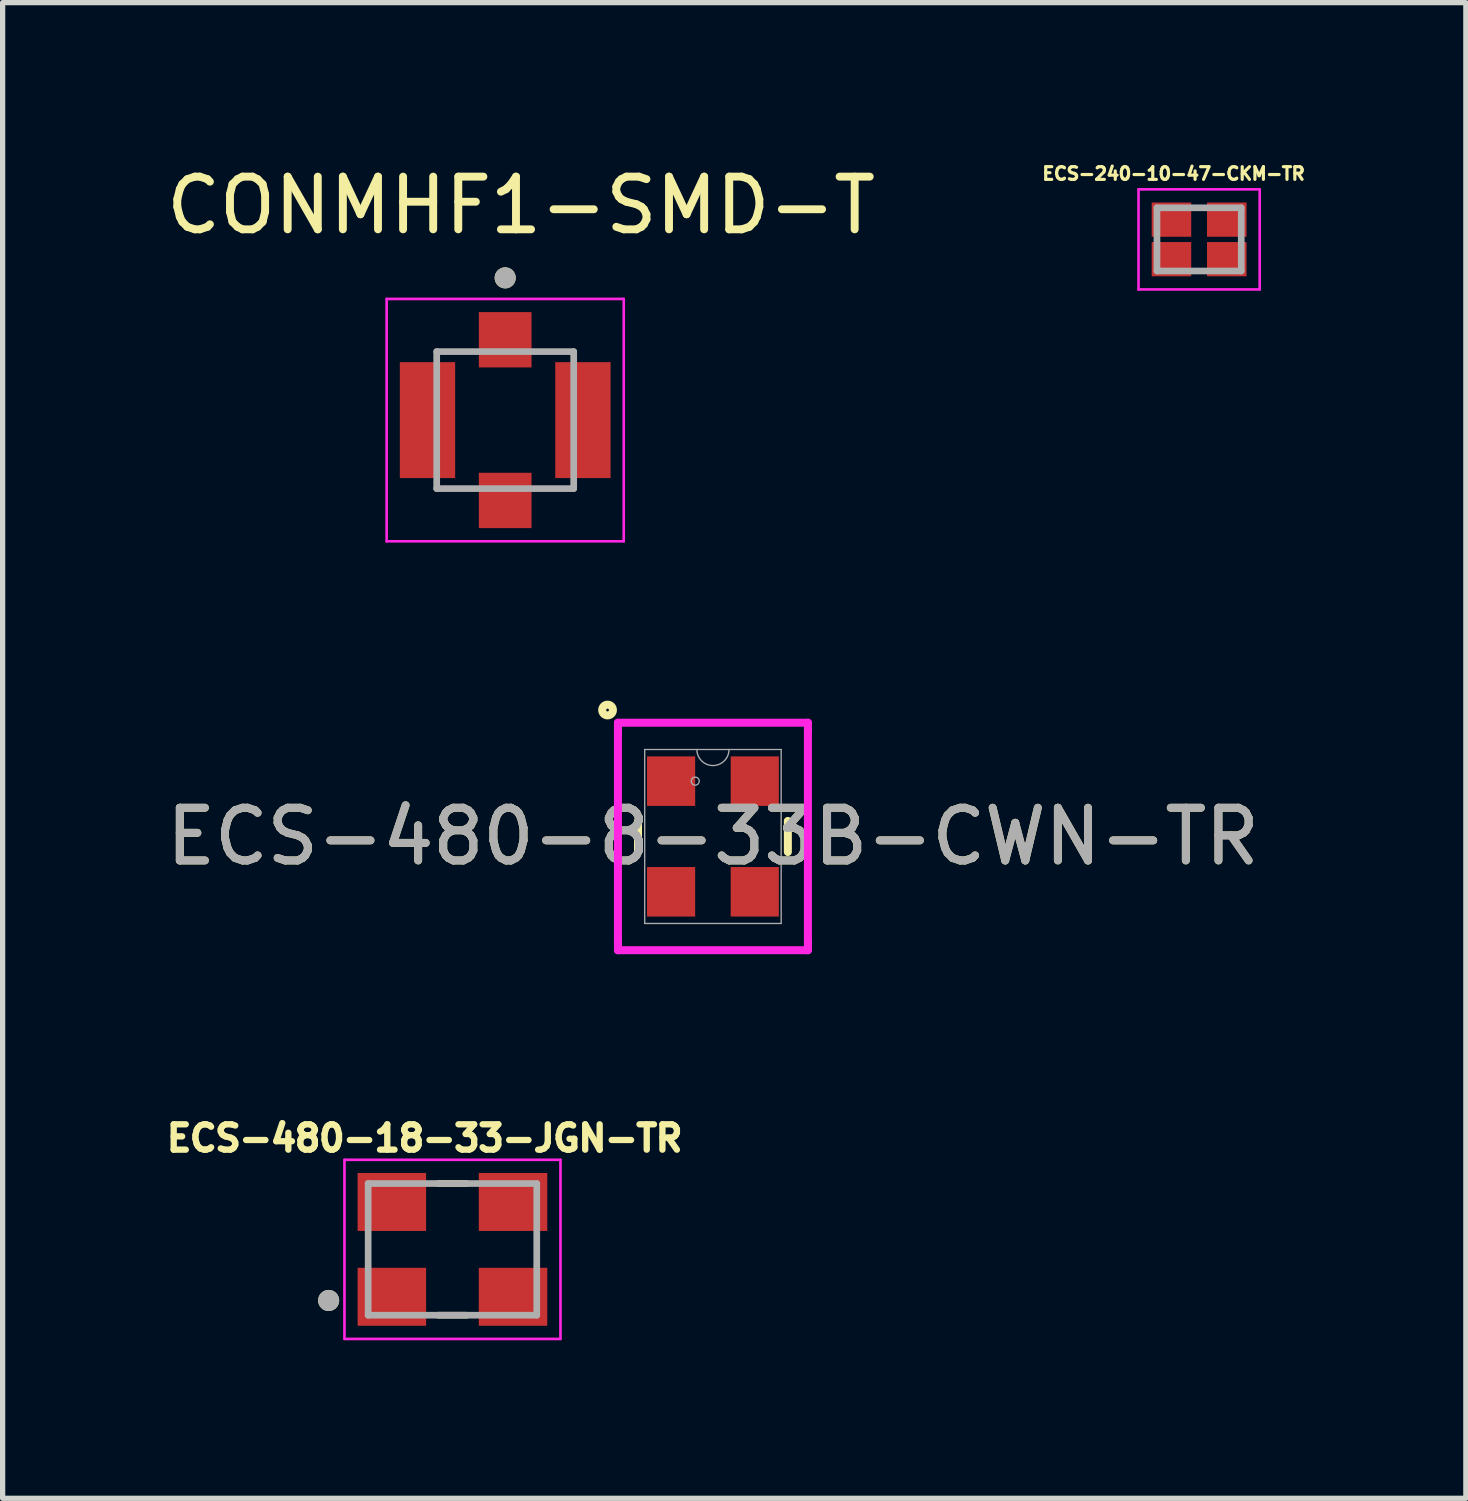
<source format=kicad_pcb>
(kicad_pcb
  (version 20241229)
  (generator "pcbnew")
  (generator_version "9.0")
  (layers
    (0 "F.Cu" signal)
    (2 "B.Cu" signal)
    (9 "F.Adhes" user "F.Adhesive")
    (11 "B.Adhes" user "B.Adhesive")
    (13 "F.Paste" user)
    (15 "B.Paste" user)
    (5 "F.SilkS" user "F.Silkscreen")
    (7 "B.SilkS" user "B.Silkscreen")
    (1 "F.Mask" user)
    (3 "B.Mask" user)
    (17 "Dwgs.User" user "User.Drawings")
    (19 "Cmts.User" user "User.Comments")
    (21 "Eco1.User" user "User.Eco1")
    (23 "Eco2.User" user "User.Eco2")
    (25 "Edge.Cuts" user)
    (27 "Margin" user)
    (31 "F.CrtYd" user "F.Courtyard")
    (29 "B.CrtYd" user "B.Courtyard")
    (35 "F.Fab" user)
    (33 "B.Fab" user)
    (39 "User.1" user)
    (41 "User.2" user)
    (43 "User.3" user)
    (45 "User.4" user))
  (footprint "ECS-240-10-47-CKM-TR"
    (layer "F.Cu")
    (at 19.71 1.494)
    (property "Reference" "ECS-240-10-47-CKM-TR" (at -0.484 -1.248 0) (layer "F.SilkS") (effects (font (size 0.241 0.241) (thickness 0.06))))
    (attr smd)
    (fp_line (start -1.15 -0.95) (end -1.15 0.95) (stroke (width 0.05) (type solid)) (layer "F.CrtYd"))
    (fp_line (start -1.15 0.95) (end 1.15 0.95) (stroke (width 0.05) (type solid)) (layer "F.CrtYd"))
    (fp_line (start 1.15 -0.95) (end -1.15 -0.95) (stroke (width 0.05) (type solid)) (layer "F.CrtYd"))
    (fp_line (start 1.15 0.95) (end 1.15 -0.95) (stroke (width 0.05) (type solid)) (layer "F.CrtYd"))
    (fp_line (start -0.8 -0.6) (end -0.8 0.6) (stroke (width 0.127) (type solid)) (layer "F.Fab"))
    (fp_line (start -0.8 0.6) (end 0.8 0.6) (stroke (width 0.127) (type solid)) (layer "F.Fab"))
    (fp_line (start 0.8 -0.6) (end -0.8 -0.6) (stroke (width 0.127) (type solid)) (layer "F.Fab"))
    (fp_line (start 0.8 0.6) (end 0.8 -0.6) (stroke (width 0.127) (type solid)) (layer "F.Fab"))
    (pad "1" smd rect (at -0.525 0.375) (size 0.75 0.65) (layers "F.Cu" "F.Mask" "F.Paste"))
    (pad "2" smd rect (at 0.525 0.375) (size 0.75 0.65) (layers "F.Cu" "F.Mask" "F.Paste"))
    (pad "3" smd rect (at 0.525 -0.375) (size 0.75 0.65) (layers "F.Cu" "F.Mask" "F.Paste"))
    (pad "4" smd rect (at -0.525 -0.375) (size 0.75 0.65) (layers "F.Cu" "F.Mask" "F.Paste")))
  (footprint "ECS-480-18-33-JGN-TR"
    (layer "F.Cu")
    (at 5.538 20.664)
    (property "Reference" "ECS-480-18-33-JGN-TR" (at -0.527 -2.109 0) (layer "F.SilkS") (effects (font (size 0.481 0.481) (thickness 0.12))))
    (attr smd)
    (fp_line (start -0.27 1.25) (end 0.27 1.25) (stroke (width 0.127) (type solid)) (layer "F.SilkS"))
    (fp_line (start 0.27 -1.25) (end -0.27 -1.25) (stroke (width 0.127) (type solid)) (layer "F.SilkS"))
    (fp_circle (center -2.35 0.97) (end -2.25 0.97) (stroke (width 0.2) (type solid)) (fill no) (layer "F.SilkS"))
    (fp_line (start -2.05 -1.7) (end -2.05 1.7) (stroke (width 0.05) (type solid)) (layer "F.CrtYd"))
    (fp_line (start -2.05 1.7) (end 2.05 1.7) (stroke (width 0.05) (type solid)) (layer "F.CrtYd"))
    (fp_line (start 2.05 -1.7) (end -2.05 -1.7) (stroke (width 0.05) (type solid)) (layer "F.CrtYd"))
    (fp_line (start 2.05 1.7) (end 2.05 -1.7) (stroke (width 0.05) (type solid)) (layer "F.CrtYd"))
    (fp_line (start -1.6 -1.25) (end -1.6 1.25) (stroke (width 0.127) (type solid)) (layer "F.Fab"))
    (fp_line (start -1.6 1.25) (end 1.6 1.25) (stroke (width 0.127) (type solid)) (layer "F.Fab"))
    (fp_line (start 1.6 -1.25) (end -1.6 -1.25) (stroke (width 0.127) (type solid)) (layer "F.Fab"))
    (fp_line (start 1.6 1.25) (end 1.6 -1.25) (stroke (width 0.127) (type solid)) (layer "F.Fab"))
    (fp_circle (center -2.35 0.97) (end -2.25 0.97) (stroke (width 0.2) (type solid)) (fill no) (layer "F.Fab"))
    (pad "1" smd rect (at -1.15 0.9) (size 1.3 1.1) (layers "F.Cu" "F.Mask" "F.Paste"))
    (pad "2" smd rect (at 1.15 0.9) (size 1.3 1.1) (layers "F.Cu" "F.Mask" "F.Paste"))
    (pad "3" smd rect (at 1.15 -0.9) (size 1.3 1.1) (layers "F.Cu" "F.Mask" "F.Paste"))
    (pad "4" smd rect (at -1.15 -0.9) (size 1.3 1.1) (layers "F.Cu" "F.Mask" "F.Paste")))
  (footprint "CONMHF1-SMD-T"
    (layer "F.Cu")
    (at 6.539 4.924)
    (property "Reference" "CONMHF1-SMD-T" (at 0.3 -4.076 0) (layer "F.SilkS") (effects (font (size 1 1) (thickness 0.15))))
    (attr smd)
    (fp_circle (center 0 -2.7) (end 0.1 -2.7) (stroke (width 0.2) (type solid)) (fill no) (layer "F.SilkS"))
    (fp_line (start -2.25 -2.3) (end -2.25 2.3) (stroke (width 0.05) (type solid)) (layer "F.CrtYd"))
    (fp_line (start -2.25 2.3) (end 2.25 2.3) (stroke (width 0.05) (type solid)) (layer "F.CrtYd"))
    (fp_line (start 2.25 -2.3) (end -2.25 -2.3) (stroke (width 0.05) (type solid)) (layer "F.CrtYd"))
    (fp_line (start 2.25 2.3) (end 2.25 -2.3) (stroke (width 0.05) (type solid)) (layer "F.CrtYd"))
    (fp_line (start -1.3 -1.3) (end -1.3 1.3) (stroke (width 0.127) (type solid)) (layer "F.Fab"))
    (fp_line (start -1.3 1.3) (end 1.3 1.3) (stroke (width 0.127) (type solid)) (layer "F.Fab"))
    (fp_line (start 1.3 -1.3) (end -1.3 -1.3) (stroke (width 0.127) (type solid)) (layer "F.Fab"))
    (fp_line (start 1.3 1.3) (end 1.3 -1.3) (stroke (width 0.127) (type solid)) (layer "F.Fab"))
    (fp_circle (center 0 -2.7) (end 0.1 -2.7) (stroke (width 0.2) (type solid)) (fill no) (layer "F.Fab"))
    (pad "1" smd rect (at 0 -1.525) (size 1 1.05) (layers "F.Cu" "F.Mask" "F.Paste"))
    (pad "S1" smd rect (at -1.475 0) (size 1.05 2.2) (layers "F.Cu" "F.Mask" "F.Paste"))
    (pad "S2" smd rect (at 0 1.525) (size 1 1.05) (layers "F.Cu" "F.Mask" "F.Paste"))
    (pad "S3" smd rect (at 1.475 0) (size 1.05 2.2) (layers "F.Cu" "F.Mask" "F.Paste"))
    (zone (net_name "") (layer "F.Cu") (hatch full 0.508) (connect_pads) (min_thickness 0.01) (filled_areas_thickness no) (keepout (tracks not_allowed) (vias not_allowed) (pads not_allowed) (copperpour not_allowed) (footprints allowed)) (placement (enabled no)) (fill) (polygon (pts (xy 5.589 3.924) (xy 7.489 3.924) (xy 7.489 5.924) (xy 5.589 5.924))))
    (zone (net_name "") (layers "F.Cu" "B.Cu") (hatch full 0.508) (connect_pads) (min_thickness 0.01) (filled_areas_thickness no) (keepout (tracks allowed) (vias not_allowed) (pads allowed) (copperpour allowed) (footprints allowed)) (placement (enabled no)) (fill) (polygon (pts (xy 5.589 3.924) (xy 7.489 3.924) (xy 7.489 5.924) (xy 5.589 5.924))))
    (zone (net_name "") (layer "B.Cu") (hatch full 0.508) (connect_pads) (min_thickness 0.01) (filled_areas_thickness no) (keepout (tracks not_allowed) (vias not_allowed) (pads not_allowed) (copperpour not_allowed) (footprints allowed)) (placement (enabled no)) (fill) (polygon (pts (xy 5.589 3.924) (xy 7.489 3.924) (xy 7.489 5.924) (xy 5.589 5.924)))))
  (footprint "ECS-480-8-33B-CWN-TR"
    (layer "F.Cu")
    (at 10.482 12.827)
    (property "Reference" "ECS-480-8-33B-CWN-TR" (at 0 0 0) (unlocked yes) (layer "F.SilkS") (effects (font (size 1 1) (thickness 0.15))))
    (attr smd)
    (fp_line (start -1.422 -0.295) (end -1.422 0.295) (stroke (width 0.152) (type solid)) (layer "F.SilkS"))
    (fp_line (start 1.422 0.295) (end 1.422 -0.295) (stroke (width 0.152) (type solid)) (layer "F.SilkS"))
    (fp_circle (center -2 -2.4) (end -1.898 -2.4) (stroke (width 0.152) (type solid)) (fill no) (layer "F.SilkS"))
    (fp_line (start -1.803 -2.159) (end 1.803 -2.159) (stroke (width 0.152) (type solid)) (layer "F.CrtYd"))
    (fp_line (start -1.803 -2.028) (end -1.803 -2.159) (stroke (width 0.152) (type solid)) (layer "F.CrtYd"))
    (fp_line (start -1.803 -2.028) (end -1.803 -2.028) (stroke (width 0.152) (type solid)) (layer "F.CrtYd"))
    (fp_line (start -1.803 2.028) (end -1.803 -2.028) (stroke (width 0.152) (type solid)) (layer "F.CrtYd"))
    (fp_line (start -1.803 2.028) (end -1.803 2.028) (stroke (width 0.152) (type solid)) (layer "F.CrtYd"))
    (fp_line (start -1.803 2.159) (end -1.803 2.028) (stroke (width 0.152) (type solid)) (layer "F.CrtYd"))
    (fp_line (start 1.803 -2.159) (end 1.803 -2.028) (stroke (width 0.152) (type solid)) (layer "F.CrtYd"))
    (fp_line (start 1.803 -2.028) (end 1.803 -2.028) (stroke (width 0.152) (type solid)) (layer "F.CrtYd"))
    (fp_line (start 1.803 -2.028) (end 1.803 2.028) (stroke (width 0.152) (type solid)) (layer "F.CrtYd"))
    (fp_line (start 1.803 2.028) (end 1.803 2.028) (stroke (width 0.152) (type solid)) (layer "F.CrtYd"))
    (fp_line (start 1.803 2.028) (end 1.803 2.159) (stroke (width 0.152) (type solid)) (layer "F.CrtYd"))
    (fp_line (start 1.803 2.159) (end -1.803 2.159) (stroke (width 0.152) (type solid)) (layer "F.CrtYd"))
    (fp_line (start -1.295 -1.651) (end -1.295 1.651) (stroke (width 0.025) (type solid)) (layer "F.Fab"))
    (fp_line (start -1.295 1.651) (end 1.295 1.651) (stroke (width 0.025) (type solid)) (layer "F.Fab"))
    (fp_line (start 1.295 -1.651) (end -1.295 -1.651) (stroke (width 0.025) (type solid)) (layer "F.Fab"))
    (fp_line (start 1.295 1.651) (end 1.295 -1.651) (stroke (width 0.025) (type solid)) (layer "F.Fab"))
    (fp_arc (start 0.3048 -1.651) (mid 0 -1.3462) (end -0.3048 -1.651) (stroke (width 0.0254) (type solid)) (layer "F.Fab"))
    (fp_circle (center -0.336 -1.05) (end -0.26 -1.05) (stroke (width 0.025) (type solid)) (fill no) (layer "F.Fab"))
    (fp_text user "${REFERENCE}" (at 0 0 0) (unlocked yes) (layer "F.Fab") (effects (font (size 1 1) (thickness 0.15))))
    (pad "1" smd rect (at -0.794 -1.05) (size 0.914 0.94) (layers "F.Cu" "F.Mask" "F.Paste"))
    (pad "2" smd rect (at -0.794 1.05) (size 0.914 0.94) (layers "F.Cu" "F.Mask" "F.Paste"))
    (pad "3" smd rect (at 0.794 1.05) (size 0.914 0.94) (layers "F.Cu" "F.Mask" "F.Paste"))
    (pad "4" smd rect (at 0.794 -1.05) (size 0.914 0.94) (layers "F.Cu" "F.Mask" "F.Paste")))
  (gr_rect
    (start -3 -3)
    (end 24.773 25.389)
    (stroke (width 0.1) (type default))
    (fill no)
    (layer "Edge.Cuts")))
</source>
